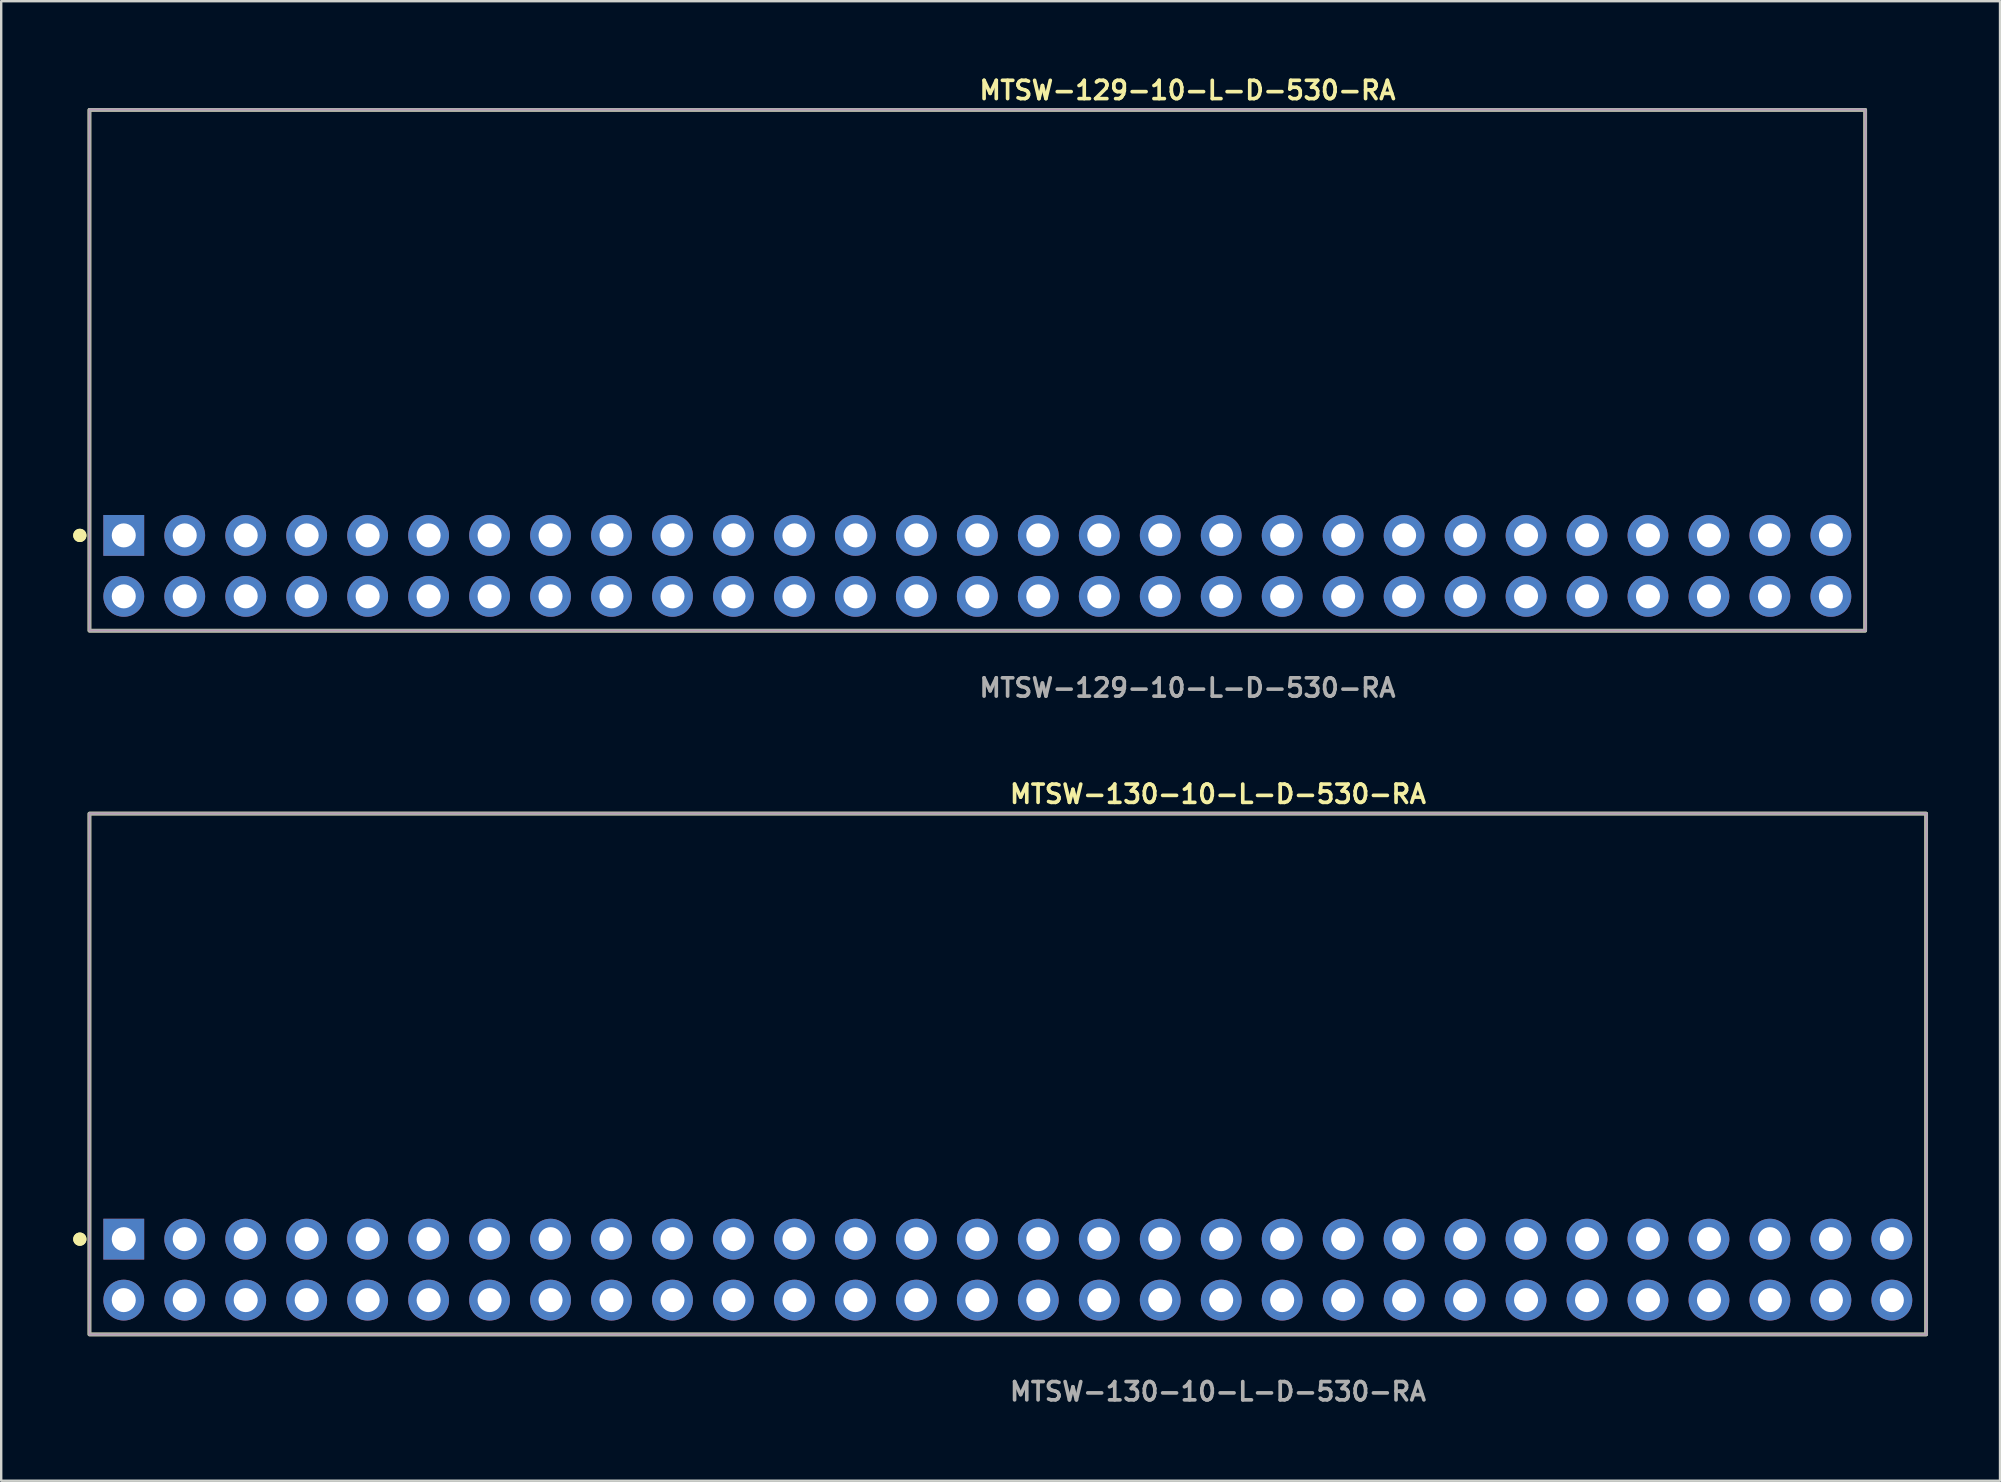
<source format=kicad_pcb>
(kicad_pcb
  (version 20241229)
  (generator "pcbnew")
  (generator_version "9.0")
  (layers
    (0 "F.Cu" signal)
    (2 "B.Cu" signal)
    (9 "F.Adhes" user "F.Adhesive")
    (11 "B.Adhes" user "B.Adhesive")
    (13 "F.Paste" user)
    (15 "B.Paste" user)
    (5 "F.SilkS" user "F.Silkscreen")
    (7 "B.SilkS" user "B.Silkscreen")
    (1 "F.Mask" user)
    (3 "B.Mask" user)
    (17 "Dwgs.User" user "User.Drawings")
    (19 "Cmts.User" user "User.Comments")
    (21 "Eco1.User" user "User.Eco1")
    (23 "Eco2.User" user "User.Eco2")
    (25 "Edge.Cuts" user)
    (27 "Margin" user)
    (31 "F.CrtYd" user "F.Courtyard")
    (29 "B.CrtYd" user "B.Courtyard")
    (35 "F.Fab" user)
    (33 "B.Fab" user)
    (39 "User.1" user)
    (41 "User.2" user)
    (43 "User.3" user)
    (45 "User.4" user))
  (footprint "MTSW-129-10-L-D-530-RA"
    (layer "F.Cu")
    (at 37.666 20.525)
    (property "Reference" "MTSW-129-10-L-D-530-RA" (at 0 -19.812 0) (unlocked yes) (layer "F.SilkS") (effects (font (size 0.762 0.762) (thickness 0.152)) (justify left)))
    (fp_rect (start -36.99 2.7) (end 36.99 -19) (stroke (width 0.152) (type solid)) (fill no) (layer "F.SilkS"))
    (fp_circle (center -37.39 -1.27) (end -37.59 -1.27) (stroke (width 0.152) (type solid)) (fill yes) (layer "F.SilkS"))
    (fp_circle (center -37.39 -1.27) (end -37.59 -1.27) (stroke (width 0.152) (type solid)) (fill yes) (layer "F.SilkS"))
    (fp_rect (start -36.99 2.7) (end 36.99 -19) (stroke (width 0.006) (type solid)) (fill no) (layer "F.CrtYd"))
    (fp_rect (start -36.99 2.7) (end 36.99 -19) (stroke (width 0.152) (type solid)) (fill no) (layer "F.Fab"))
    (fp_text user "${REFERENCE}" (at 0 5.08 0) (unlocked yes) (layer "F.Fab") (effects (font (size 0.762 0.762) (thickness 0.152)) (justify left)))
    (pad "1" thru_hole rect (at -35.56 -1.27) (size 1.7 1.7) (drill 1) (layers "*.Cu" "*.Mask"))
    (pad "2" thru_hole circle (at -35.56 1.27) (size 1.7 1.7) (drill 1) (layers "*.Cu" "*.Mask"))
    (pad "3" thru_hole circle (at -33.02 -1.27) (size 1.7 1.7) (drill 1) (layers "*.Cu" "*.Mask"))
    (pad "4" thru_hole circle (at -33.02 1.27) (size 1.7 1.7) (drill 1) (layers "*.Cu" "*.Mask"))
    (pad "5" thru_hole circle (at -30.48 -1.27) (size 1.7 1.7) (drill 1) (layers "*.Cu" "*.Mask"))
    (pad "6" thru_hole circle (at -30.48 1.27) (size 1.7 1.7) (drill 1) (layers "*.Cu" "*.Mask"))
    (pad "7" thru_hole circle (at -27.94 -1.27) (size 1.7 1.7) (drill 1) (layers "*.Cu" "*.Mask"))
    (pad "8" thru_hole circle (at -27.94 1.27) (size 1.7 1.7) (drill 1) (layers "*.Cu" "*.Mask"))
    (pad "9" thru_hole circle (at -25.4 -1.27) (size 1.7 1.7) (drill 1) (layers "*.Cu" "*.Mask"))
    (pad "10" thru_hole circle (at -25.4 1.27) (size 1.7 1.7) (drill 1) (layers "*.Cu" "*.Mask"))
    (pad "11" thru_hole circle (at -22.86 -1.27) (size 1.7 1.7) (drill 1) (layers "*.Cu" "*.Mask"))
    (pad "12" thru_hole circle (at -22.86 1.27) (size 1.7 1.7) (drill 1) (layers "*.Cu" "*.Mask"))
    (pad "13" thru_hole circle (at -20.32 -1.27) (size 1.7 1.7) (drill 1) (layers "*.Cu" "*.Mask"))
    (pad "14" thru_hole circle (at -20.32 1.27) (size 1.7 1.7) (drill 1) (layers "*.Cu" "*.Mask"))
    (pad "15" thru_hole circle (at -17.78 -1.27) (size 1.7 1.7) (drill 1) (layers "*.Cu" "*.Mask"))
    (pad "16" thru_hole circle (at -17.78 1.27) (size 1.7 1.7) (drill 1) (layers "*.Cu" "*.Mask"))
    (pad "17" thru_hole circle (at -15.24 -1.27) (size 1.7 1.7) (drill 1) (layers "*.Cu" "*.Mask"))
    (pad "18" thru_hole circle (at -15.24 1.27) (size 1.7 1.7) (drill 1) (layers "*.Cu" "*.Mask"))
    (pad "19" thru_hole circle (at -12.7 -1.27) (size 1.7 1.7) (drill 1) (layers "*.Cu" "*.Mask"))
    (pad "20" thru_hole circle (at -12.7 1.27) (size 1.7 1.7) (drill 1) (layers "*.Cu" "*.Mask"))
    (pad "21" thru_hole circle (at -10.16 -1.27) (size 1.7 1.7) (drill 1) (layers "*.Cu" "*.Mask"))
    (pad "22" thru_hole circle (at -10.16 1.27) (size 1.7 1.7) (drill 1) (layers "*.Cu" "*.Mask"))
    (pad "23" thru_hole circle (at -7.62 -1.27) (size 1.7 1.7) (drill 1) (layers "*.Cu" "*.Mask"))
    (pad "24" thru_hole circle (at -7.62 1.27) (size 1.7 1.7) (drill 1) (layers "*.Cu" "*.Mask"))
    (pad "25" thru_hole circle (at -5.08 -1.27) (size 1.7 1.7) (drill 1) (layers "*.Cu" "*.Mask"))
    (pad "26" thru_hole circle (at -5.08 1.27) (size 1.7 1.7) (drill 1) (layers "*.Cu" "*.Mask"))
    (pad "27" thru_hole circle (at -2.54 -1.27) (size 1.7 1.7) (drill 1) (layers "*.Cu" "*.Mask"))
    (pad "28" thru_hole circle (at -2.54 1.27) (size 1.7 1.7) (drill 1) (layers "*.Cu" "*.Mask"))
    (pad "29" thru_hole circle (at 0 -1.27) (size 1.7 1.7) (drill 1) (layers "*.Cu" "*.Mask"))
    (pad "30" thru_hole circle (at 0 1.27) (size 1.7 1.7) (drill 1) (layers "*.Cu" "*.Mask"))
    (pad "31" thru_hole circle (at 2.54 -1.27) (size 1.7 1.7) (drill 1) (layers "*.Cu" "*.Mask"))
    (pad "32" thru_hole circle (at 2.54 1.27) (size 1.7 1.7) (drill 1) (layers "*.Cu" "*.Mask"))
    (pad "33" thru_hole circle (at 5.08 -1.27) (size 1.7 1.7) (drill 1) (layers "*.Cu" "*.Mask"))
    (pad "34" thru_hole circle (at 5.08 1.27) (size 1.7 1.7) (drill 1) (layers "*.Cu" "*.Mask"))
    (pad "35" thru_hole circle (at 7.62 -1.27) (size 1.7 1.7) (drill 1) (layers "*.Cu" "*.Mask"))
    (pad "36" thru_hole circle (at 7.62 1.27) (size 1.7 1.7) (drill 1) (layers "*.Cu" "*.Mask"))
    (pad "37" thru_hole circle (at 10.16 -1.27) (size 1.7 1.7) (drill 1) (layers "*.Cu" "*.Mask"))
    (pad "38" thru_hole circle (at 10.16 1.27) (size 1.7 1.7) (drill 1) (layers "*.Cu" "*.Mask"))
    (pad "39" thru_hole circle (at 12.7 -1.27) (size 1.7 1.7) (drill 1) (layers "*.Cu" "*.Mask"))
    (pad "40" thru_hole circle (at 12.7 1.27) (size 1.7 1.7) (drill 1) (layers "*.Cu" "*.Mask"))
    (pad "41" thru_hole circle (at 15.24 -1.27) (size 1.7 1.7) (drill 1) (layers "*.Cu" "*.Mask"))
    (pad "42" thru_hole circle (at 15.24 1.27) (size 1.7 1.7) (drill 1) (layers "*.Cu" "*.Mask"))
    (pad "43" thru_hole circle (at 17.78 -1.27) (size 1.7 1.7) (drill 1) (layers "*.Cu" "*.Mask"))
    (pad "44" thru_hole circle (at 17.78 1.27) (size 1.7 1.7) (drill 1) (layers "*.Cu" "*.Mask"))
    (pad "45" thru_hole circle (at 20.32 -1.27) (size 1.7 1.7) (drill 1) (layers "*.Cu" "*.Mask"))
    (pad "46" thru_hole circle (at 20.32 1.27) (size 1.7 1.7) (drill 1) (layers "*.Cu" "*.Mask"))
    (pad "47" thru_hole circle (at 22.86 -1.27) (size 1.7 1.7) (drill 1) (layers "*.Cu" "*.Mask"))
    (pad "48" thru_hole circle (at 22.86 1.27) (size 1.7 1.7) (drill 1) (layers "*.Cu" "*.Mask"))
    (pad "49" thru_hole circle (at 25.4 -1.27) (size 1.7 1.7) (drill 1) (layers "*.Cu" "*.Mask"))
    (pad "50" thru_hole circle (at 25.4 1.27) (size 1.7 1.7) (drill 1) (layers "*.Cu" "*.Mask"))
    (pad "51" thru_hole circle (at 27.94 -1.27) (size 1.7 1.7) (drill 1) (layers "*.Cu" "*.Mask"))
    (pad "52" thru_hole circle (at 27.94 1.27) (size 1.7 1.7) (drill 1) (layers "*.Cu" "*.Mask"))
    (pad "53" thru_hole circle (at 30.48 -1.27) (size 1.7 1.7) (drill 1) (layers "*.Cu" "*.Mask"))
    (pad "54" thru_hole circle (at 30.48 1.27) (size 1.7 1.7) (drill 1) (layers "*.Cu" "*.Mask"))
    (pad "55" thru_hole circle (at 33.02 -1.27) (size 1.7 1.7) (drill 1) (layers "*.Cu" "*.Mask"))
    (pad "56" thru_hole circle (at 33.02 1.27) (size 1.7 1.7) (drill 1) (layers "*.Cu" "*.Mask"))
    (pad "57" thru_hole circle (at 35.56 -1.27) (size 1.7 1.7) (drill 1) (layers "*.Cu" "*.Mask"))
    (pad "58" thru_hole circle (at 35.56 1.27) (size 1.7 1.7) (drill 1) (layers "*.Cu" "*.Mask")))
  (footprint "MTSW-130-10-L-D-530-RA"
    (layer "F.Cu")
    (at 38.936 49.844)
    (property "Reference" "MTSW-130-10-L-D-530-RA" (at 0 -19.812 0) (unlocked yes) (layer "F.SilkS") (effects (font (size 0.762 0.762) (thickness 0.152)) (justify left)))
    (fp_rect (start -38.26 2.7) (end 38.26 -19) (stroke (width 0.152) (type solid)) (fill no) (layer "F.SilkS"))
    (fp_circle (center -38.66 -1.27) (end -38.86 -1.27) (stroke (width 0.152) (type solid)) (fill yes) (layer "F.SilkS"))
    (fp_circle (center -38.66 -1.27) (end -38.86 -1.27) (stroke (width 0.152) (type solid)) (fill yes) (layer "F.SilkS"))
    (fp_rect (start -38.26 2.7) (end 38.26 -19) (stroke (width 0.006) (type solid)) (fill no) (layer "F.CrtYd"))
    (fp_rect (start -38.26 2.7) (end 38.26 -19) (stroke (width 0.152) (type solid)) (fill no) (layer "F.Fab"))
    (fp_text user "${REFERENCE}" (at 0 5.08 0) (unlocked yes) (layer "F.Fab") (effects (font (size 0.762 0.762) (thickness 0.152)) (justify left)))
    (pad "1" thru_hole rect (at -36.83 -1.27) (size 1.7 1.7) (drill 1) (layers "*.Cu" "*.Mask"))
    (pad "2" thru_hole circle (at -36.83 1.27) (size 1.7 1.7) (drill 1) (layers "*.Cu" "*.Mask"))
    (pad "3" thru_hole circle (at -34.29 -1.27) (size 1.7 1.7) (drill 1) (layers "*.Cu" "*.Mask"))
    (pad "4" thru_hole circle (at -34.29 1.27) (size 1.7 1.7) (drill 1) (layers "*.Cu" "*.Mask"))
    (pad "5" thru_hole circle (at -31.75 -1.27) (size 1.7 1.7) (drill 1) (layers "*.Cu" "*.Mask"))
    (pad "6" thru_hole circle (at -31.75 1.27) (size 1.7 1.7) (drill 1) (layers "*.Cu" "*.Mask"))
    (pad "7" thru_hole circle (at -29.21 -1.27) (size 1.7 1.7) (drill 1) (layers "*.Cu" "*.Mask"))
    (pad "8" thru_hole circle (at -29.21 1.27) (size 1.7 1.7) (drill 1) (layers "*.Cu" "*.Mask"))
    (pad "9" thru_hole circle (at -26.67 -1.27) (size 1.7 1.7) (drill 1) (layers "*.Cu" "*.Mask"))
    (pad "10" thru_hole circle (at -26.67 1.27) (size 1.7 1.7) (drill 1) (layers "*.Cu" "*.Mask"))
    (pad "11" thru_hole circle (at -24.13 -1.27) (size 1.7 1.7) (drill 1) (layers "*.Cu" "*.Mask"))
    (pad "12" thru_hole circle (at -24.13 1.27) (size 1.7 1.7) (drill 1) (layers "*.Cu" "*.Mask"))
    (pad "13" thru_hole circle (at -21.59 -1.27) (size 1.7 1.7) (drill 1) (layers "*.Cu" "*.Mask"))
    (pad "14" thru_hole circle (at -21.59 1.27) (size 1.7 1.7) (drill 1) (layers "*.Cu" "*.Mask"))
    (pad "15" thru_hole circle (at -19.05 -1.27) (size 1.7 1.7) (drill 1) (layers "*.Cu" "*.Mask"))
    (pad "16" thru_hole circle (at -19.05 1.27) (size 1.7 1.7) (drill 1) (layers "*.Cu" "*.Mask"))
    (pad "17" thru_hole circle (at -16.51 -1.27) (size 1.7 1.7) (drill 1) (layers "*.Cu" "*.Mask"))
    (pad "18" thru_hole circle (at -16.51 1.27) (size 1.7 1.7) (drill 1) (layers "*.Cu" "*.Mask"))
    (pad "19" thru_hole circle (at -13.97 -1.27) (size 1.7 1.7) (drill 1) (layers "*.Cu" "*.Mask"))
    (pad "20" thru_hole circle (at -13.97 1.27) (size 1.7 1.7) (drill 1) (layers "*.Cu" "*.Mask"))
    (pad "21" thru_hole circle (at -11.43 -1.27) (size 1.7 1.7) (drill 1) (layers "*.Cu" "*.Mask"))
    (pad "22" thru_hole circle (at -11.43 1.27) (size 1.7 1.7) (drill 1) (layers "*.Cu" "*.Mask"))
    (pad "23" thru_hole circle (at -8.89 -1.27) (size 1.7 1.7) (drill 1) (layers "*.Cu" "*.Mask"))
    (pad "24" thru_hole circle (at -8.89 1.27) (size 1.7 1.7) (drill 1) (layers "*.Cu" "*.Mask"))
    (pad "25" thru_hole circle (at -6.35 -1.27) (size 1.7 1.7) (drill 1) (layers "*.Cu" "*.Mask"))
    (pad "26" thru_hole circle (at -6.35 1.27) (size 1.7 1.7) (drill 1) (layers "*.Cu" "*.Mask"))
    (pad "27" thru_hole circle (at -3.81 -1.27) (size 1.7 1.7) (drill 1) (layers "*.Cu" "*.Mask"))
    (pad "28" thru_hole circle (at -3.81 1.27) (size 1.7 1.7) (drill 1) (layers "*.Cu" "*.Mask"))
    (pad "29" thru_hole circle (at -1.27 -1.27) (size 1.7 1.7) (drill 1) (layers "*.Cu" "*.Mask"))
    (pad "30" thru_hole circle (at -1.27 1.27) (size 1.7 1.7) (drill 1) (layers "*.Cu" "*.Mask"))
    (pad "31" thru_hole circle (at 1.27 -1.27) (size 1.7 1.7) (drill 1) (layers "*.Cu" "*.Mask"))
    (pad "32" thru_hole circle (at 1.27 1.27) (size 1.7 1.7) (drill 1) (layers "*.Cu" "*.Mask"))
    (pad "33" thru_hole circle (at 3.81 -1.27) (size 1.7 1.7) (drill 1) (layers "*.Cu" "*.Mask"))
    (pad "34" thru_hole circle (at 3.81 1.27) (size 1.7 1.7) (drill 1) (layers "*.Cu" "*.Mask"))
    (pad "35" thru_hole circle (at 6.35 -1.27) (size 1.7 1.7) (drill 1) (layers "*.Cu" "*.Mask"))
    (pad "36" thru_hole circle (at 6.35 1.27) (size 1.7 1.7) (drill 1) (layers "*.Cu" "*.Mask"))
    (pad "37" thru_hole circle (at 8.89 -1.27) (size 1.7 1.7) (drill 1) (layers "*.Cu" "*.Mask"))
    (pad "38" thru_hole circle (at 8.89 1.27) (size 1.7 1.7) (drill 1) (layers "*.Cu" "*.Mask"))
    (pad "39" thru_hole circle (at 11.43 -1.27) (size 1.7 1.7) (drill 1) (layers "*.Cu" "*.Mask"))
    (pad "40" thru_hole circle (at 11.43 1.27) (size 1.7 1.7) (drill 1) (layers "*.Cu" "*.Mask"))
    (pad "41" thru_hole circle (at 13.97 -1.27) (size 1.7 1.7) (drill 1) (layers "*.Cu" "*.Mask"))
    (pad "42" thru_hole circle (at 13.97 1.27) (size 1.7 1.7) (drill 1) (layers "*.Cu" "*.Mask"))
    (pad "43" thru_hole circle (at 16.51 -1.27) (size 1.7 1.7) (drill 1) (layers "*.Cu" "*.Mask"))
    (pad "44" thru_hole circle (at 16.51 1.27) (size 1.7 1.7) (drill 1) (layers "*.Cu" "*.Mask"))
    (pad "45" thru_hole circle (at 19.05 -1.27) (size 1.7 1.7) (drill 1) (layers "*.Cu" "*.Mask"))
    (pad "46" thru_hole circle (at 19.05 1.27) (size 1.7 1.7) (drill 1) (layers "*.Cu" "*.Mask"))
    (pad "47" thru_hole circle (at 21.59 -1.27) (size 1.7 1.7) (drill 1) (layers "*.Cu" "*.Mask"))
    (pad "48" thru_hole circle (at 21.59 1.27) (size 1.7 1.7) (drill 1) (layers "*.Cu" "*.Mask"))
    (pad "49" thru_hole circle (at 24.13 -1.27) (size 1.7 1.7) (drill 1) (layers "*.Cu" "*.Mask"))
    (pad "50" thru_hole circle (at 24.13 1.27) (size 1.7 1.7) (drill 1) (layers "*.Cu" "*.Mask"))
    (pad "51" thru_hole circle (at 26.67 -1.27) (size 1.7 1.7) (drill 1) (layers "*.Cu" "*.Mask"))
    (pad "52" thru_hole circle (at 26.67 1.27) (size 1.7 1.7) (drill 1) (layers "*.Cu" "*.Mask"))
    (pad "53" thru_hole circle (at 29.21 -1.27) (size 1.7 1.7) (drill 1) (layers "*.Cu" "*.Mask"))
    (pad "54" thru_hole circle (at 29.21 1.27) (size 1.7 1.7) (drill 1) (layers "*.Cu" "*.Mask"))
    (pad "55" thru_hole circle (at 31.75 -1.27) (size 1.7 1.7) (drill 1) (layers "*.Cu" "*.Mask"))
    (pad "56" thru_hole circle (at 31.75 1.27) (size 1.7 1.7) (drill 1) (layers "*.Cu" "*.Mask"))
    (pad "57" thru_hole circle (at 34.29 -1.27) (size 1.7 1.7) (drill 1) (layers "*.Cu" "*.Mask"))
    (pad "58" thru_hole circle (at 34.29 1.27) (size 1.7 1.7) (drill 1) (layers "*.Cu" "*.Mask"))
    (pad "59" thru_hole circle (at 36.83 -1.27) (size 1.7 1.7) (drill 1) (layers "*.Cu" "*.Mask"))
    (pad "60" thru_hole circle (at 36.83 1.27) (size 1.7 1.7) (drill 1) (layers "*.Cu" "*.Mask")))
  (gr_rect
    (start -3 -3)
    (end 80.272 58.637)
    (stroke (width 0.1) (type default))
    (fill no)
    (layer "Edge.Cuts")))
</source>
